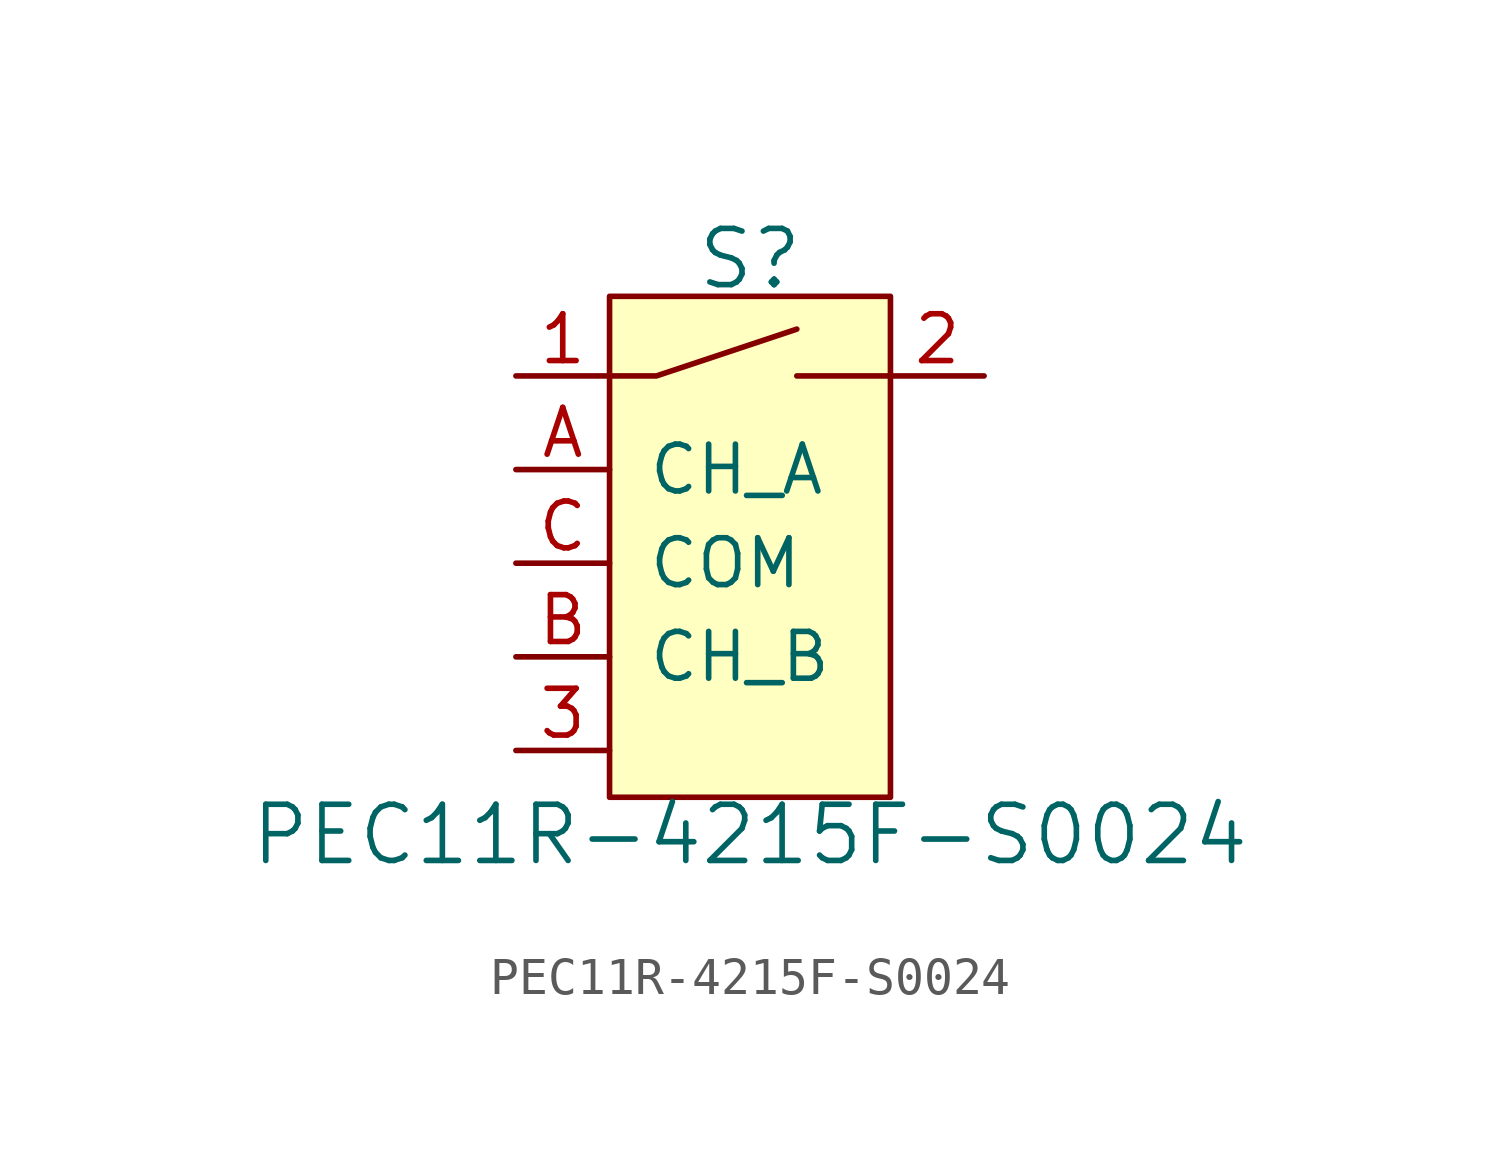
<source format=kicad_sym>
(kicad_symbol_lib
  (version 20201005)
  (generator kicad_symbol_editor)
  (symbol "PEC11R-4215F-S0024"
    (pin_names
      (offset 1.016))
    (property "Reference" "S"
      (at -1.27 5.715 0)
      (effects (font (size 1.524 1.524))))
    (property "Value" "PEC11R-4215F-S0024"
      (at -1.27 -9.906 0)
      (effects (font (size 1.524 1.524))))
    (symbol "PEC11R-4215F-S0024_0_1"
      (rectangle (start -5.08 4.699) (end 2.54 -8.89) (stroke (width 0)) (fill (type background)))
      (polyline (pts (xy 0 2.54) (xy 2.54 2.54)) (stroke (width 0)) (fill (type none)))
      (polyline (pts (xy -5.08 2.54) (xy -3.81 2.54) (xy 0 3.81)) (stroke (width 0)) (fill (type none))))
    (symbol "PEC11R-4215F-S0024_1_1"
      (pin bidirectional line (at -7.62 2.54 0) (length 2.54) (name "~" (effects (font (size 1.27 1.27)))) (number "1" (effects (font (size 1.27 1.27)))))
      (pin bidirectional line (at 5.08 2.54 180) (length 2.54) (name "~" (effects (font (size 1.27 1.27)))) (number "2" (effects (font (size 1.27 1.27)))))
      (pin unspecified line (at -7.62 -7.62 0) (length 2.54) (name "~" (effects (font (size 1.27 1.27)))) (number "3" (effects (font (size 1.27 1.27)))))
      (pin bidirectional line (at -7.62 0 0) (length 2.54) (name "CH_A" (effects (font (size 1.27 1.27)))) (number "A" (effects (font (size 1.27 1.27)))))
      (pin bidirectional line (at -7.62 -5.08 0) (length 2.54) (name "CH_B" (effects (font (size 1.27 1.27)))) (number "B" (effects (font (size 1.27 1.27)))))
      (pin input line (at -7.62 -2.54 0) (length 2.54) (name "COM" (effects (font (size 1.27 1.27)))) (number "C" (effects (font (size 1.27 1.27))))))))
</source>
